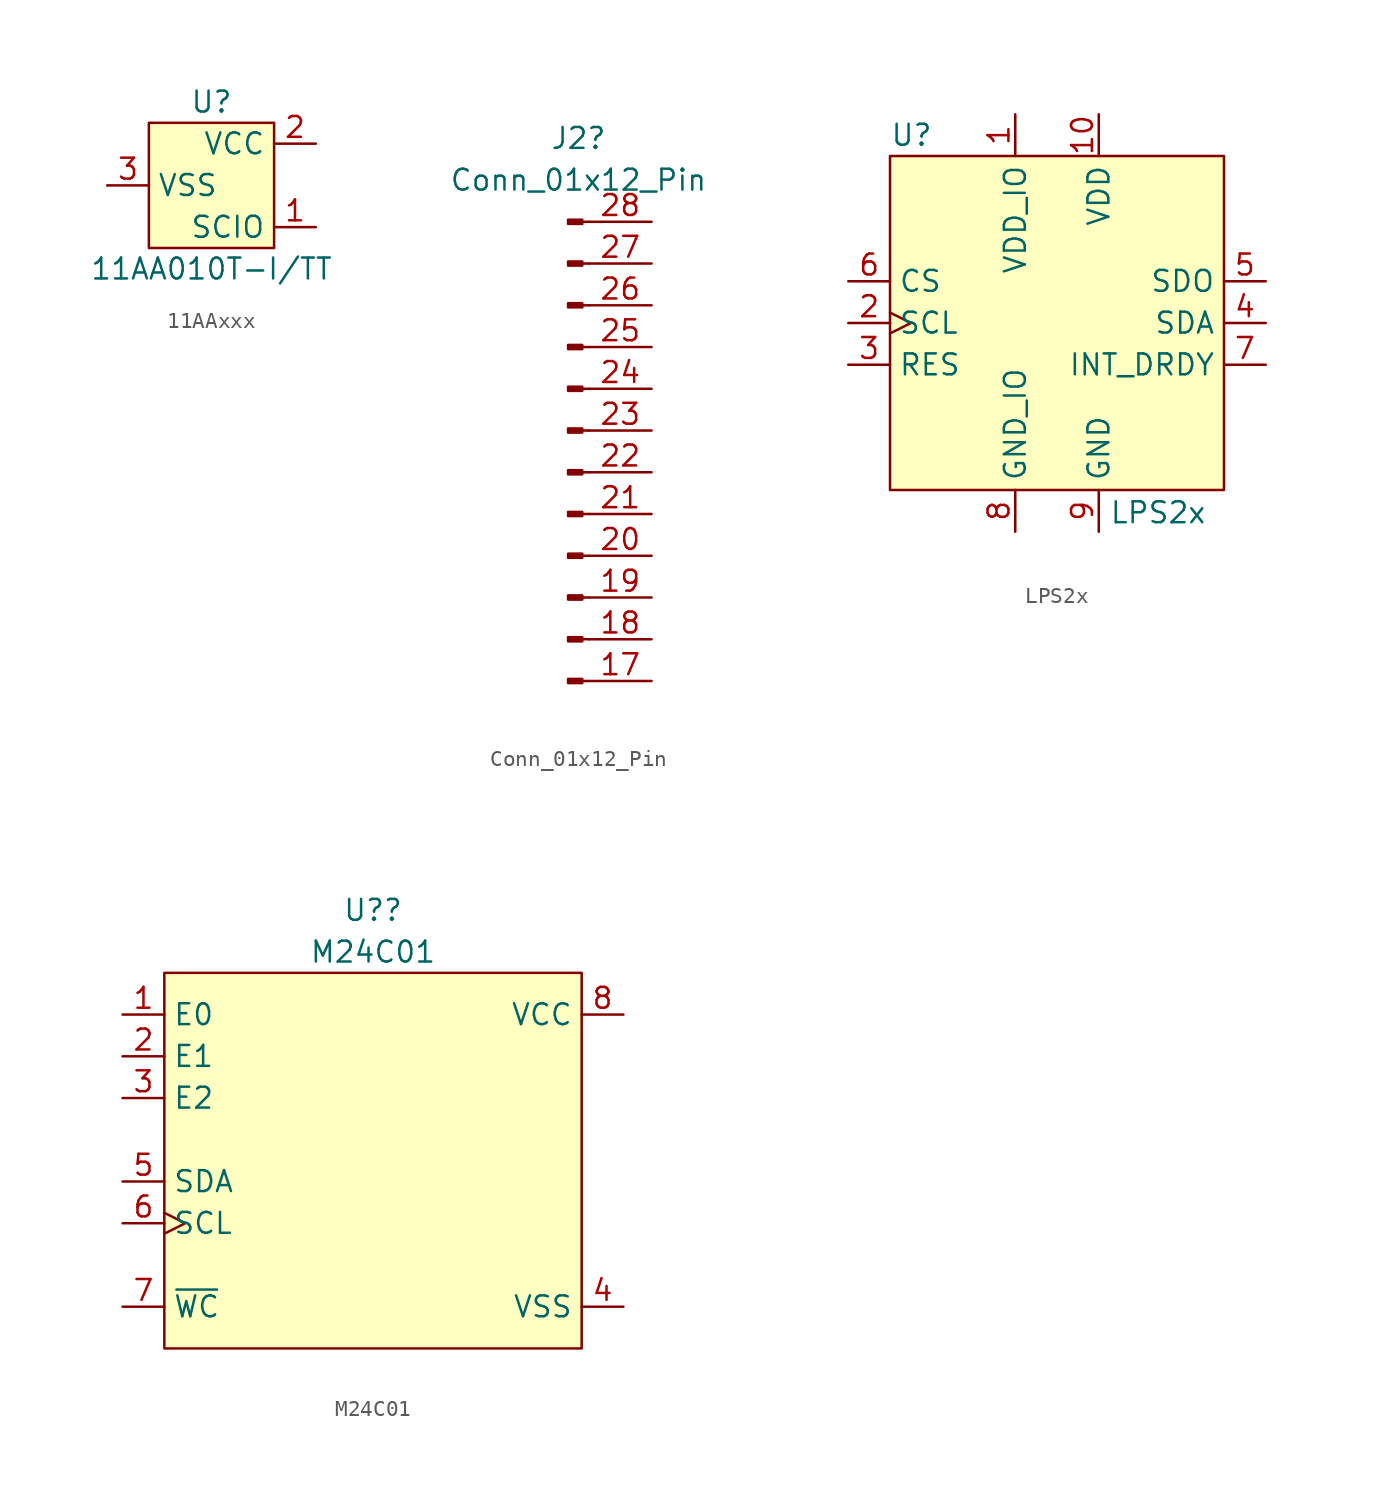
<source format=kicad_sym>
(kicad_symbol_lib
  (version 20241209)
  (generator "kicad_symbol_editor")
  (generator_version "9.0")
  (symbol "11AAxxx"
    (property "Reference" "U"
      (at 0 5.08 0)
      (do_not_autoplace)
      (effects (font (size 1.27 1.27))))
    (property "Value" "11AA010T-I/TT"
      (at 0 -5.08 0)
      (do_not_autoplace)
      (effects (font (size 1.27 1.27))))
    (symbol "11AAxxx_1_1"
      (rectangle (start -3.81 3.81) (end 3.81 -3.81) (stroke (width 0) (type default)) (fill (type background)))
      (pin passive line (at -6.35 0 0) (length 2.54) (name "VSS" (effects (font (size 1.27 1.27)))) (number "3" (effects (font (size 1.27 1.27)))))
      (pin power_in line (at 6.35 2.54 180) (length 2.54) (name "VCC" (effects (font (size 1.27 1.27)))) (number "2" (effects (font (size 1.27 1.27)))))
      (pin bidirectional line (at 6.35 -2.54 180) (length 2.54) (name "SCIO" (effects (font (size 1.27 1.27)))) (number "1" (effects (font (size 1.27 1.27)))))))
  (symbol "Conn_01x12_Pin"
    (pin_names
      (offset 1.016)
      (hide yes))
    (property "Reference" "J2"
      (at 0.635 17.78 0)
      (effects (font (size 1.27 1.27))))
    (property "Value" "Conn_01x12_Pin"
      (at 0.635 15.24 0)
      (effects (font (size 1.27 1.27))))
    (symbol "Conn_01x12_Pin_1_1"
      (rectangle (start 0.864 12.827) (end 0 12.573) (stroke (width 0.152) (type default)) (fill (type outline)))
      (rectangle (start 0.864 10.287) (end 0 10.033) (stroke (width 0.152) (type default)) (fill (type outline)))
      (rectangle (start 0.864 7.747) (end 0 7.493) (stroke (width 0.152) (type default)) (fill (type outline)))
      (rectangle (start 0.864 5.207) (end 0 4.953) (stroke (width 0.152) (type default)) (fill (type outline)))
      (rectangle (start 0.864 2.667) (end 0 2.413) (stroke (width 0.152) (type default)) (fill (type outline)))
      (rectangle (start 0.864 0.127) (end 0 -0.127) (stroke (width 0.152) (type default)) (fill (type outline)))
      (rectangle (start 0.864 -2.413) (end 0 -2.667) (stroke (width 0.152) (type default)) (fill (type outline)))
      (rectangle (start 0.864 -4.953) (end 0 -5.207) (stroke (width 0.152) (type default)) (fill (type outline)))
      (rectangle (start 0.864 -7.493) (end 0 -7.747) (stroke (width 0.152) (type default)) (fill (type outline)))
      (rectangle (start 0.864 -10.033) (end 0 -10.287) (stroke (width 0.152) (type default)) (fill (type outline)))
      (rectangle (start 0.864 -12.573) (end 0 -12.827) (stroke (width 0.152) (type default)) (fill (type outline)))
      (rectangle (start 0.864 -15.113) (end 0 -15.367) (stroke (width 0.152) (type default)) (fill (type outline)))
      (polyline (pts (xy 1.27 12.7) (xy 0.864 12.7)) (stroke (width 0.152) (type default)) (fill (type none)))
      (polyline (pts (xy 1.27 10.16) (xy 0.864 10.16)) (stroke (width 0.152) (type default)) (fill (type none)))
      (polyline (pts (xy 1.27 7.62) (xy 0.864 7.62)) (stroke (width 0.152) (type default)) (fill (type none)))
      (polyline (pts (xy 1.27 5.08) (xy 0.864 5.08)) (stroke (width 0.152) (type default)) (fill (type none)))
      (polyline (pts (xy 1.27 2.54) (xy 0.864 2.54)) (stroke (width 0.152) (type default)) (fill (type none)))
      (polyline (pts (xy 1.27 0) (xy 0.864 0)) (stroke (width 0.152) (type default)) (fill (type none)))
      (polyline (pts (xy 1.27 -2.54) (xy 0.864 -2.54)) (stroke (width 0.152) (type default)) (fill (type none)))
      (polyline (pts (xy 1.27 -5.08) (xy 0.864 -5.08)) (stroke (width 0.152) (type default)) (fill (type none)))
      (polyline (pts (xy 1.27 -7.62) (xy 0.864 -7.62)) (stroke (width 0.152) (type default)) (fill (type none)))
      (polyline (pts (xy 1.27 -10.16) (xy 0.864 -10.16)) (stroke (width 0.152) (type default)) (fill (type none)))
      (polyline (pts (xy 1.27 -12.7) (xy 0.864 -12.7)) (stroke (width 0.152) (type default)) (fill (type none)))
      (polyline (pts (xy 1.27 -15.24) (xy 0.864 -15.24)) (stroke (width 0.152) (type default)) (fill (type none)))
      (pin passive line (at 5.08 12.7 180) (length 3.81) (name "Pin_28" (effects (font (size 1.27 1.27)))) (number "28" (effects (font (size 1.27 1.27)))))
      (pin passive line (at 5.08 10.16 180) (length 3.81) (name "Pin_27" (effects (font (size 1.27 1.27)))) (number "27" (effects (font (size 1.27 1.27)))))
      (pin passive line (at 5.08 7.62 180) (length 3.81) (name "Pin_26" (effects (font (size 1.27 1.27)))) (number "26" (effects (font (size 1.27 1.27)))))
      (pin passive line (at 5.08 5.08 180) (length 3.81) (name "Pin_25" (effects (font (size 1.27 1.27)))) (number "25" (effects (font (size 1.27 1.27)))))
      (pin passive line (at 5.08 2.54 180) (length 3.81) (name "Pin_24" (effects (font (size 1.27 1.27)))) (number "24" (effects (font (size 1.27 1.27)))))
      (pin passive line (at 5.08 0 180) (length 3.81) (name "3" (effects (font (size 1.27 1.27)))) (number "23" (effects (font (size 1.27 1.27)))))
      (pin passive line (at 5.08 -2.54 180) (length 3.81) (name "Pin_22" (effects (font (size 1.27 1.27)))) (number "22" (effects (font (size 1.27 1.27)))))
      (pin passive line (at 5.08 -5.08 180) (length 3.81) (name "Pin_21" (effects (font (size 1.27 1.27)))) (number "21" (effects (font (size 1.27 1.27)))))
      (pin passive line (at 5.08 -7.62 180) (length 3.81) (name "Pin_20" (effects (font (size 1.27 1.27)))) (number "20" (effects (font (size 1.27 1.27)))))
      (pin passive line (at 5.08 -10.16 180) (length 3.81) (name "Pin_19" (effects (font (size 1.27 1.27)))) (number "19" (effects (font (size 1.27 1.27)))))
      (pin passive line (at 5.08 -12.7 180) (length 3.81) (name "Pin_18" (effects (font (size 1.27 1.27)))) (number "18" (effects (font (size 1.27 1.27)))))
      (pin passive line (at 5.08 -15.24 180) (length 3.81) (name "Pin_17" (effects (font (size 1.27 1.27)))) (number "17" (effects (font (size 1.27 1.27)))))))
  (symbol "LPS2x"
    (property "Reference" "U"
      (at -10.16 11.43 0)
      (do_not_autoplace)
      (effects (font (size 1.27 1.27)) (justify left)))
    (property "Value" "LPS2x"
      (at 3.175 -10.795 0)
      (do_not_autoplace)
      (effects (font (size 1.27 1.27)) (justify left top)))
    (symbol "LPS2x_0_0"
      (pin input line (at -12.7 2.54 0) (length 2.54) (name "CS" (effects (font (size 1.27 1.27)))) (number "6" (effects (font (size 1.27 1.27)))))
      (pin passive line (at -12.7 -2.54 0) (length 2.54) (name "RES" (effects (font (size 1.27 1.27)))) (number "3" (effects (font (size 1.27 1.27)))))
      (pin power_in line (at -2.54 12.7 270) (length 2.54) (name "VDD_IO" (effects (font (size 1.27 1.27)))) (number "1" (effects (font (size 1.27 1.27)))))
      (pin passive line (at -2.54 -12.7 90) (length 2.54) (name "GND_IO" (effects (font (size 1.27 1.27)))) (number "8" (effects (font (size 1.27 1.27)))))
      (pin input line (at 2.54 12.7 270) (length 2.54) (name "VDD" (effects (font (size 1.27 1.27)))) (number "10" (effects (font (size 1.27 1.27)))))
      (pin passive line (at 2.54 -12.7 90) (length 2.54) (name "GND" (effects (font (size 1.27 1.27)))) (number "9" (effects (font (size 1.27 1.27)))))
      (pin output line (at 12.7 -2.54 180) (length 2.54) (name "INT_DRDY" (effects (font (size 1.27 1.27)))) (number "7" (effects (font (size 1.27 1.27))))))
    (symbol "LPS2x_1_0"
      (pin input clock (at -12.7 0 0) (length 2.54) (name "SCL" (effects (font (size 1.27 1.27)))) (number "2" (effects (font (size 1.27 1.27)))) (alternate "SPC" input clock))
      (pin output line (at 12.7 2.54 180) (length 2.54) (name "SDO" (effects (font (size 1.27 1.27)))) (number "5" (effects (font (size 1.27 1.27)))) (alternate "SA0" output line))
      (pin bidirectional line (at 12.7 0 180) (length 2.54) (name "SDA" (effects (font (size 1.27 1.27)))) (number "4" (effects (font (size 1.27 1.27)))) (alternate "SDI" input line) (alternate "SDI/SDO" bidirectional line)))
    (symbol "LPS2x_1_1"
      (rectangle (start -10.16 10.16) (end 10.16 -10.16) (stroke (width 0) (type default)) (fill (type background)))))
  (symbol "M24C01"
    (property "Reference" "U?"
      (at 0 15.24 0)
      (do_not_autoplace)
      (effects (font (size 1.27 1.27))))
    (property "Value" "M24C01"
      (at 0 12.7 0)
      (do_not_autoplace)
      (effects (font (size 1.27 1.27))))
    (symbol "M24C01_0_0"
      (pin input line (at -15.24 8.89 0) (length 2.54) (name "E0" (effects (font (size 1.27 1.27)))) (number "1" (effects (font (size 1.27 1.27)))))
      (pin input line (at -15.24 6.35 0) (length 2.54) (name "E1" (effects (font (size 1.27 1.27)))) (number "2" (effects (font (size 1.27 1.27)))))
      (pin input line (at -15.24 3.81 0) (length 2.54) (name "E2" (effects (font (size 1.27 1.27)))) (number "3" (effects (font (size 1.27 1.27)))))
      (pin bidirectional line (at -15.24 -1.27 0) (length 2.54) (name "SDA" (effects (font (size 1.27 1.27)))) (number "5" (effects (font (size 1.27 1.27)))))
      (pin input clock (at -15.24 -3.81 0) (length 2.54) (name "SCL" (effects (font (size 1.27 1.27)))) (number "6" (effects (font (size 1.27 1.27)))))
      (pin input line (at -15.24 -8.89 0) (length 2.54) (name "~{WC}" (effects (font (size 1.27 1.27)))) (number "7" (effects (font (size 1.27 1.27)))))
      (pin power_in line (at 15.24 8.89 180) (length 2.54) (name "VCC" (effects (font (size 1.27 1.27)))) (number "8" (effects (font (size 1.27 1.27)))))
      (pin power_in line (at 15.24 -8.89 180) (length 2.54) (name "VSS" (effects (font (size 1.27 1.27)))) (number "4" (effects (font (size 1.27 1.27))))))
    (symbol "M24C01_1_1"
      (rectangle (start -12.7 11.43) (end 12.7 -11.43) (stroke (width 0) (type solid)) (fill (type background))))))
</source>
